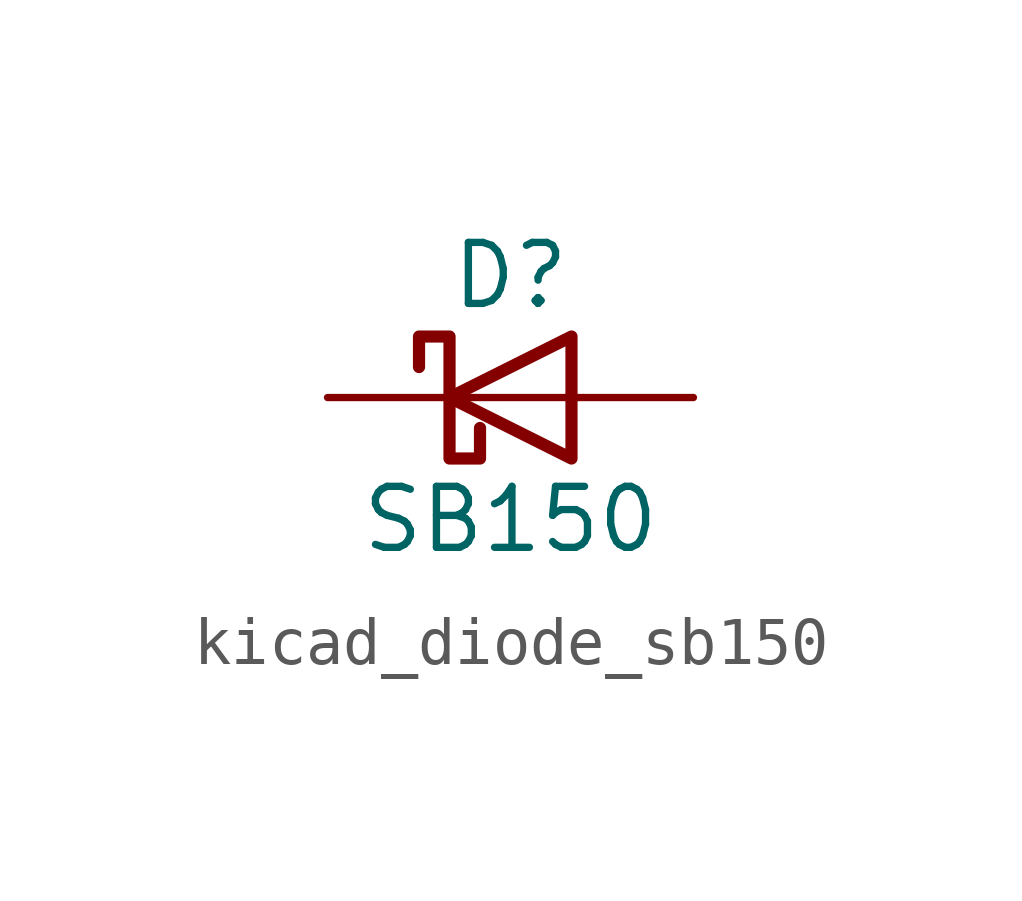
<source format=kicad_sym>
(kicad_symbol_lib
  (version 20220914)
  (generator kicad_symbol_editor)
  (symbol "kicad_diode_sb150"
    (pin_numbers hide)
    (pin_names
      (offset 1.016) hide)
    (property "Reference" "D"
      (at 0 2.54 0)
      (effects (font (size 1.27 1.27))))
    (property "Value" "SB150"
      (at 0 -2.54 0)
      (effects (font (size 1.27 1.27))))
    (symbol "kicad_diode_sb150_0_1"
      (polyline (pts (xy 1.27 0) (xy -1.27 0)) (stroke (width 0) (type default)) (fill (type none)))
      (polyline (pts (xy 1.27 1.27) (xy 1.27 -1.27) (xy -1.27 0) (xy 1.27 1.27)) (stroke (width 0.254) (type default)) (fill (type none)))
      (polyline (pts (xy -1.905 0.635) (xy -1.905 1.27) (xy -1.27 1.27) (xy -1.27 -1.27) (xy -0.635 -1.27) (xy -0.635 -0.635)) (stroke (width 0.254) (type default)) (fill (type none))))
    (symbol "kicad_diode_sb150_1_1"
      (pin passive line (at -3.81 0 0) (length 2.54) (name "K" (effects (font (size 1.27 1.27)))) (number "1" (effects (font (size 1.27 1.27)))))
      (pin passive line (at 3.81 0 180) (length 2.54) (name "A" (effects (font (size 1.27 1.27)))) (number "2" (effects (font (size 1.27 1.27))))))))
</source>
